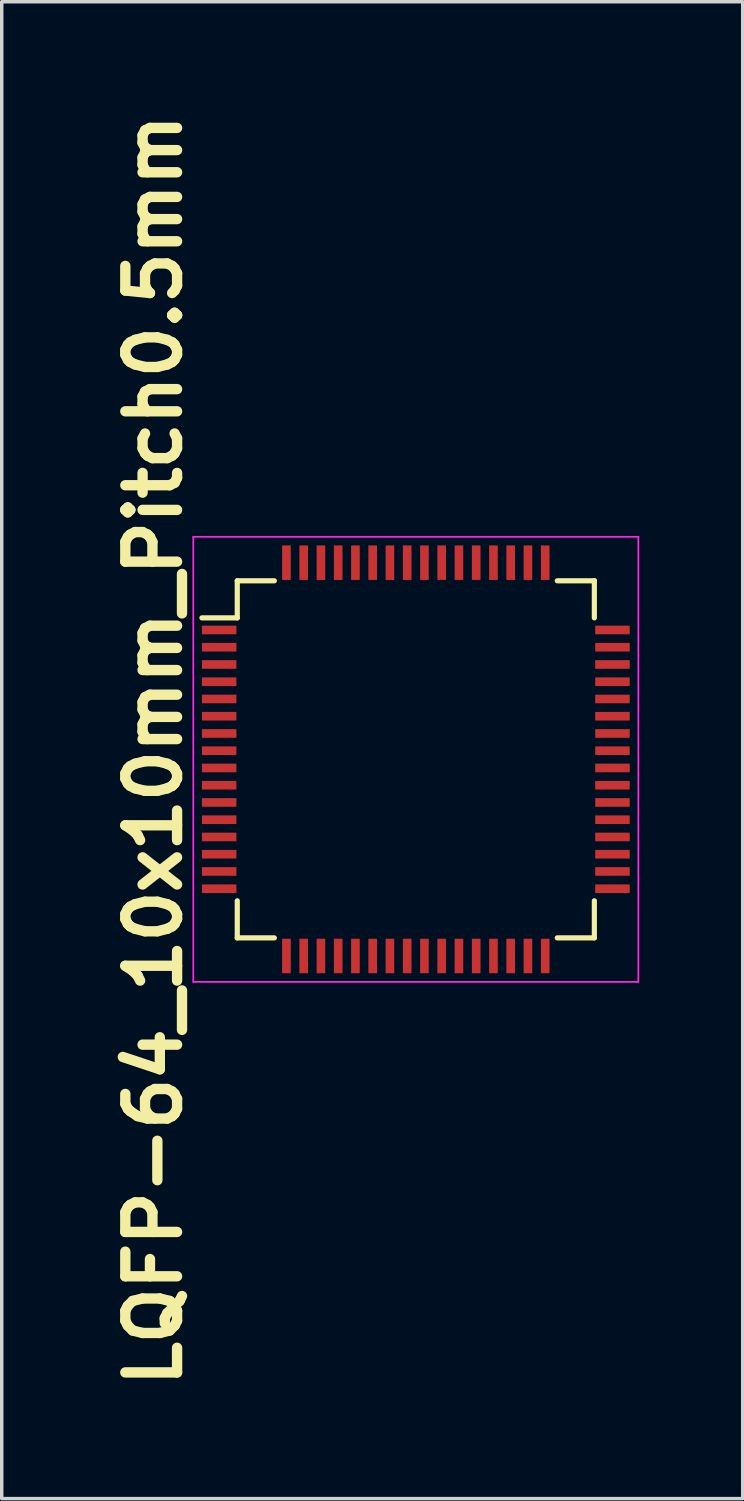
<source format=kicad_pcb>
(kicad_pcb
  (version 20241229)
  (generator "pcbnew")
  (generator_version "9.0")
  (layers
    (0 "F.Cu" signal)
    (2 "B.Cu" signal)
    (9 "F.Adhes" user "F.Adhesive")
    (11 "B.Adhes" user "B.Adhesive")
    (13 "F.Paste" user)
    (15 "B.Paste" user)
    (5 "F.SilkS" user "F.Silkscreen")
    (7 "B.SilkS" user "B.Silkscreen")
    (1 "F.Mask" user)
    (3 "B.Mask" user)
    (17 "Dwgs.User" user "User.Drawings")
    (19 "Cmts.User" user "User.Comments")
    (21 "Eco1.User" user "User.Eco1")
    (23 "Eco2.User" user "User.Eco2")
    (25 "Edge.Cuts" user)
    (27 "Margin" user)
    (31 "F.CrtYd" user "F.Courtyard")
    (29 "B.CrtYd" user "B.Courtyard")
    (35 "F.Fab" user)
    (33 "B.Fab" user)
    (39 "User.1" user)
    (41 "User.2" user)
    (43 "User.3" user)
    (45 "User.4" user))
  (footprint "LQFP-64_10x10mm_Pitch0.5mm"
    (layer "F.Cu")
    (at 9.002 18.959)
    (property "Reference" "LQFP-64_10x10mm_Pitch0.5mm" (at -7.598 -0.266 90) (layer "F.SilkS") (effects (font (size 1.5 1.5) (thickness 0.3))))
    (attr smd)
    (fp_line (start -5.175 -5.175) (end -5.175 -4.1) (stroke (width 0.15) (type solid)) (layer "F.SilkS"))
    (fp_line (start -5.175 -5.175) (end -4.1 -5.175) (stroke (width 0.15) (type solid)) (layer "F.SilkS"))
    (fp_line (start -5.175 -4.1) (end -6.2 -4.1) (stroke (width 0.15) (type solid)) (layer "F.SilkS"))
    (fp_line (start -5.175 5.175) (end -5.175 4.1) (stroke (width 0.15) (type solid)) (layer "F.SilkS"))
    (fp_line (start -5.175 5.175) (end -4.1 5.175) (stroke (width 0.15) (type solid)) (layer "F.SilkS"))
    (fp_line (start 5.175 -5.175) (end 4.1 -5.175) (stroke (width 0.15) (type solid)) (layer "F.SilkS"))
    (fp_line (start 5.175 -5.175) (end 5.175 -4.1) (stroke (width 0.15) (type solid)) (layer "F.SilkS"))
    (fp_line (start 5.175 5.175) (end 4.1 5.175) (stroke (width 0.15) (type solid)) (layer "F.SilkS"))
    (fp_line (start 5.175 5.175) (end 5.175 4.1) (stroke (width 0.15) (type solid)) (layer "F.SilkS"))
    (fp_line (start -6.45 -6.45) (end -6.45 6.45) (stroke (width 0.05) (type solid)) (layer "F.CrtYd"))
    (fp_line (start -6.45 -6.45) (end 6.45 -6.45) (stroke (width 0.05) (type solid)) (layer "F.CrtYd"))
    (fp_line (start -6.45 6.45) (end 6.45 6.45) (stroke (width 0.05) (type solid)) (layer "F.CrtYd"))
    (fp_line (start 6.45 -6.45) (end 6.45 6.45) (stroke (width 0.05) (type solid)) (layer "F.CrtYd"))
    (pad "1" smd rect (at -5.7 -3.75) (size 1 0.25) (layers "F.Cu" "F.Mask" "F.Paste"))
    (pad "2" smd rect (at -5.7 -3.25) (size 1 0.25) (layers "F.Cu" "F.Mask" "F.Paste"))
    (pad "3" smd rect (at -5.7 -2.75) (size 1 0.25) (layers "F.Cu" "F.Mask" "F.Paste"))
    (pad "4" smd rect (at -5.7 -2.25) (size 1 0.25) (layers "F.Cu" "F.Mask" "F.Paste"))
    (pad "5" smd rect (at -5.7 -1.75) (size 1 0.25) (layers "F.Cu" "F.Mask" "F.Paste"))
    (pad "6" smd rect (at -5.7 -1.25) (size 1 0.25) (layers "F.Cu" "F.Mask" "F.Paste"))
    (pad "7" smd rect (at -5.7 -0.75) (size 1 0.25) (layers "F.Cu" "F.Mask" "F.Paste"))
    (pad "8" smd rect (at -5.7 -0.25) (size 1 0.25) (layers "F.Cu" "F.Mask" "F.Paste"))
    (pad "9" smd rect (at -5.7 0.25) (size 1 0.25) (layers "F.Cu" "F.Mask" "F.Paste"))
    (pad "10" smd rect (at -5.7 0.75) (size 1 0.25) (layers "F.Cu" "F.Mask" "F.Paste"))
    (pad "11" smd rect (at -5.7 1.25) (size 1 0.25) (layers "F.Cu" "F.Mask" "F.Paste"))
    (pad "12" smd rect (at -5.7 1.75) (size 1 0.25) (layers "F.Cu" "F.Mask" "F.Paste"))
    (pad "13" smd rect (at -5.7 2.25) (size 1 0.25) (layers "F.Cu" "F.Mask" "F.Paste"))
    (pad "14" smd rect (at -5.7 2.75) (size 1 0.25) (layers "F.Cu" "F.Mask" "F.Paste"))
    (pad "15" smd rect (at -5.7 3.25) (size 1 0.25) (layers "F.Cu" "F.Mask" "F.Paste"))
    (pad "16" smd rect (at -5.7 3.75) (size 1 0.25) (layers "F.Cu" "F.Mask" "F.Paste"))
    (pad "17" smd rect (at -3.75 5.7 90) (size 1 0.25) (layers "F.Cu" "F.Mask" "F.Paste"))
    (pad "18" smd rect (at -3.25 5.7 90) (size 1 0.25) (layers "F.Cu" "F.Mask" "F.Paste"))
    (pad "19" smd rect (at -2.75 5.7 90) (size 1 0.25) (layers "F.Cu" "F.Mask" "F.Paste"))
    (pad "20" smd rect (at -2.25 5.7 90) (size 1 0.25) (layers "F.Cu" "F.Mask" "F.Paste"))
    (pad "21" smd rect (at -1.75 5.7 90) (size 1 0.25) (layers "F.Cu" "F.Mask" "F.Paste"))
    (pad "22" smd rect (at -1.25 5.7 90) (size 1 0.25) (layers "F.Cu" "F.Mask" "F.Paste"))
    (pad "23" smd rect (at -0.75 5.7 90) (size 1 0.25) (layers "F.Cu" "F.Mask" "F.Paste"))
    (pad "24" smd rect (at -0.25 5.7 90) (size 1 0.25) (layers "F.Cu" "F.Mask" "F.Paste"))
    (pad "25" smd rect (at 0.25 5.7 90) (size 1 0.25) (layers "F.Cu" "F.Mask" "F.Paste"))
    (pad "26" smd rect (at 0.75 5.7 90) (size 1 0.25) (layers "F.Cu" "F.Mask" "F.Paste"))
    (pad "27" smd rect (at 1.25 5.7 90) (size 1 0.25) (layers "F.Cu" "F.Mask" "F.Paste"))
    (pad "28" smd rect (at 1.75 5.7 90) (size 1 0.25) (layers "F.Cu" "F.Mask" "F.Paste"))
    (pad "29" smd rect (at 2.25 5.7 90) (size 1 0.25) (layers "F.Cu" "F.Mask" "F.Paste"))
    (pad "30" smd rect (at 2.75 5.7 90) (size 1 0.25) (layers "F.Cu" "F.Mask" "F.Paste"))
    (pad "31" smd rect (at 3.25 5.7 90) (size 1 0.25) (layers "F.Cu" "F.Mask" "F.Paste"))
    (pad "32" smd rect (at 3.75 5.7 90) (size 1 0.25) (layers "F.Cu" "F.Mask" "F.Paste"))
    (pad "33" smd rect (at 5.7 3.75) (size 1 0.25) (layers "F.Cu" "F.Mask" "F.Paste"))
    (pad "34" smd rect (at 5.7 3.25) (size 1 0.25) (layers "F.Cu" "F.Mask" "F.Paste"))
    (pad "35" smd rect (at 5.7 2.75) (size 1 0.25) (layers "F.Cu" "F.Mask" "F.Paste"))
    (pad "36" smd rect (at 5.7 2.25) (size 1 0.25) (layers "F.Cu" "F.Mask" "F.Paste"))
    (pad "37" smd rect (at 5.7 1.75) (size 1 0.25) (layers "F.Cu" "F.Mask" "F.Paste"))
    (pad "38" smd rect (at 5.7 1.25) (size 1 0.25) (layers "F.Cu" "F.Mask" "F.Paste"))
    (pad "39" smd rect (at 5.7 0.75) (size 1 0.25) (layers "F.Cu" "F.Mask" "F.Paste"))
    (pad "40" smd rect (at 5.7 0.25) (size 1 0.25) (layers "F.Cu" "F.Mask" "F.Paste"))
    (pad "41" smd rect (at 5.7 -0.25) (size 1 0.25) (layers "F.Cu" "F.Mask" "F.Paste"))
    (pad "42" smd rect (at 5.7 -0.75) (size 1 0.25) (layers "F.Cu" "F.Mask" "F.Paste"))
    (pad "43" smd rect (at 5.7 -1.25) (size 1 0.25) (layers "F.Cu" "F.Mask" "F.Paste"))
    (pad "44" smd rect (at 5.7 -1.75) (size 1 0.25) (layers "F.Cu" "F.Mask" "F.Paste"))
    (pad "45" smd rect (at 5.7 -2.25) (size 1 0.25) (layers "F.Cu" "F.Mask" "F.Paste"))
    (pad "46" smd rect (at 5.7 -2.75) (size 1 0.25) (layers "F.Cu" "F.Mask" "F.Paste"))
    (pad "47" smd rect (at 5.7 -3.25) (size 1 0.25) (layers "F.Cu" "F.Mask" "F.Paste"))
    (pad "48" smd rect (at 5.7 -3.75) (size 1 0.25) (layers "F.Cu" "F.Mask" "F.Paste"))
    (pad "49" smd rect (at 3.75 -5.7 90) (size 1 0.25) (layers "F.Cu" "F.Mask" "F.Paste"))
    (pad "50" smd rect (at 3.25 -5.7 90) (size 1 0.25) (layers "F.Cu" "F.Mask" "F.Paste"))
    (pad "51" smd rect (at 2.75 -5.7 90) (size 1 0.25) (layers "F.Cu" "F.Mask" "F.Paste"))
    (pad "52" smd rect (at 2.25 -5.7 90) (size 1 0.25) (layers "F.Cu" "F.Mask" "F.Paste"))
    (pad "53" smd rect (at 1.75 -5.7 90) (size 1 0.25) (layers "F.Cu" "F.Mask" "F.Paste"))
    (pad "54" smd rect (at 1.25 -5.7 90) (size 1 0.25) (layers "F.Cu" "F.Mask" "F.Paste"))
    (pad "55" smd rect (at 0.75 -5.7 90) (size 1 0.25) (layers "F.Cu" "F.Mask" "F.Paste"))
    (pad "56" smd rect (at 0.25 -5.7 90) (size 1 0.25) (layers "F.Cu" "F.Mask" "F.Paste"))
    (pad "57" smd rect (at -0.25 -5.7 90) (size 1 0.25) (layers "F.Cu" "F.Mask" "F.Paste"))
    (pad "58" smd rect (at -0.75 -5.7 90) (size 1 0.25) (layers "F.Cu" "F.Mask" "F.Paste"))
    (pad "59" smd rect (at -1.25 -5.7 90) (size 1 0.25) (layers "F.Cu" "F.Mask" "F.Paste"))
    (pad "60" smd rect (at -1.75 -5.7 90) (size 1 0.25) (layers "F.Cu" "F.Mask" "F.Paste"))
    (pad "61" smd rect (at -2.25 -5.7 90) (size 1 0.25) (layers "F.Cu" "F.Mask" "F.Paste"))
    (pad "62" smd rect (at -2.75 -5.7 90) (size 1 0.25) (layers "F.Cu" "F.Mask" "F.Paste"))
    (pad "63" smd rect (at -3.25 -5.7 90) (size 1 0.25) (layers "F.Cu" "F.Mask" "F.Paste"))
    (pad "64" smd rect (at -3.75 -5.7 90) (size 1 0.25) (layers "F.Cu" "F.Mask" "F.Paste")))
  (gr_rect
    (start -3 -3)
    (end 18.477 40.386)
    (stroke (width 0.1) (type default))
    (fill no)
    (layer "Edge.Cuts")))
</source>
